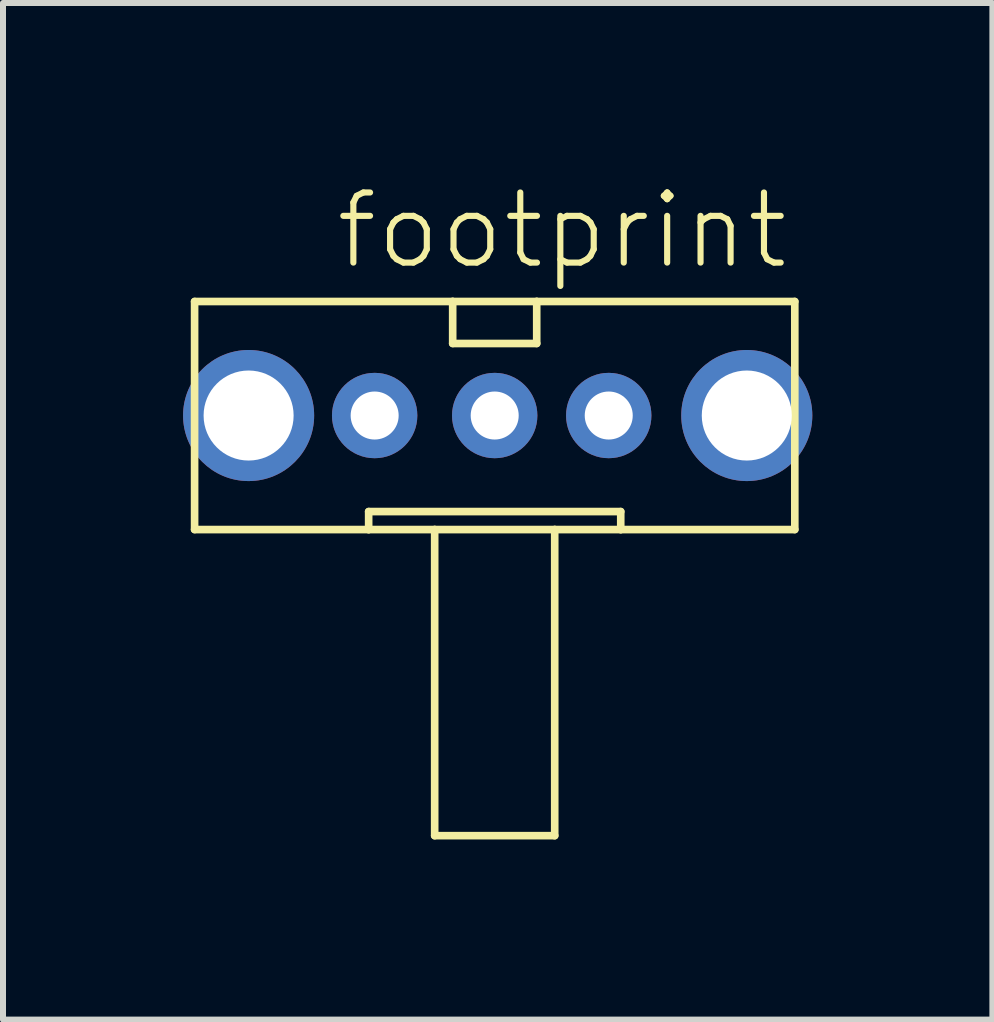
<source format=kicad_pcb>
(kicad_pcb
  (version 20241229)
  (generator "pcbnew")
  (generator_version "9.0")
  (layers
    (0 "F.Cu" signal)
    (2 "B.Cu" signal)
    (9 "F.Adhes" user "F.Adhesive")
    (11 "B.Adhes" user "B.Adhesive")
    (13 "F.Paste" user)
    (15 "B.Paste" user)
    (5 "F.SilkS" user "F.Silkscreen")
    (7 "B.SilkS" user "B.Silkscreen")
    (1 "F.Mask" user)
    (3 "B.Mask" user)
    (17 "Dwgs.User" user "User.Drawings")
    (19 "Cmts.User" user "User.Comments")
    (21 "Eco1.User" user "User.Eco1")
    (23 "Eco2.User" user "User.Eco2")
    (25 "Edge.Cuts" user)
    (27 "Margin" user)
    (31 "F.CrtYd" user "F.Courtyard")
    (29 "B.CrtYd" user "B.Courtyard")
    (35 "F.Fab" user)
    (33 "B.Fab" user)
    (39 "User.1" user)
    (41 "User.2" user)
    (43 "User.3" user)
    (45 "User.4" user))
  (footprint "footprint"
    (layer "F.Cu")
    (at 5.192 3.873)
    (property "Reference" "footprint" (at -2.7 -2.4 0) (layer "F.SilkS") (effects (font (size 1.168 1.168) (thickness 0.102)) (justify left bottom)))
    (fp_line (start -5 -1.9) (end -0.7 -1.9) (stroke (width 0.127) (type solid)) (layer "F.SilkS"))
    (fp_line (start -5 1.9) (end -5 -1.9) (stroke (width 0.127) (type solid)) (layer "F.SilkS"))
    (fp_line (start -2.1 1.6) (end 2.1 1.6) (stroke (width 0.127) (type solid)) (layer "F.SilkS"))
    (fp_line (start -2.1 1.9) (end -5 1.9) (stroke (width 0.127) (type solid)) (layer "F.SilkS"))
    (fp_line (start -2.1 1.9) (end -2.1 1.6) (stroke (width 0.127) (type solid)) (layer "F.SilkS"))
    (fp_line (start -1 1.9) (end -2.1 1.9) (stroke (width 0.127) (type solid)) (layer "F.SilkS"))
    (fp_line (start -1 1.9) (end -1 7) (stroke (width 0.127) (type solid)) (layer "F.SilkS"))
    (fp_line (start -1 7) (end 1 7) (stroke (width 0.127) (type solid)) (layer "F.SilkS"))
    (fp_line (start -0.7 -1.9) (end -0.7 -1.2) (stroke (width 0.127) (type solid)) (layer "F.SilkS"))
    (fp_line (start -0.7 -1.9) (end 0.7 -1.9) (stroke (width 0.127) (type solid)) (layer "F.SilkS"))
    (fp_line (start -0.7 -1.2) (end 0.7 -1.2) (stroke (width 0.127) (type solid)) (layer "F.SilkS"))
    (fp_line (start 0.7 -1.9) (end 5 -1.9) (stroke (width 0.127) (type solid)) (layer "F.SilkS"))
    (fp_line (start 0.7 -1.2) (end 0.7 -1.9) (stroke (width 0.127) (type solid)) (layer "F.SilkS"))
    (fp_line (start 1 1.9) (end -1 1.9) (stroke (width 0.127) (type solid)) (layer "F.SilkS"))
    (fp_line (start 1 7) (end 1 1.9) (stroke (width 0.127) (type solid)) (layer "F.SilkS"))
    (fp_line (start 2.1 1.6) (end 2.1 1.9) (stroke (width 0.127) (type solid)) (layer "F.SilkS"))
    (fp_line (start 2.1 1.9) (end 1 1.9) (stroke (width 0.127) (type solid)) (layer "F.SilkS"))
    (fp_line (start 5 -1.9) (end 5 1.9) (stroke (width 0.127) (type solid)) (layer "F.SilkS"))
    (fp_line (start 5 1.9) (end 2.1 1.9) (stroke (width 0.127) (type solid)) (layer "F.SilkS"))
    (pad "1" thru_hole circle (at -2 0) (size 1.422 1.422) (drill 0.8) (layers "*.Cu" "*.Mask"))
    (pad "2" thru_hole circle (at 0 0) (size 1.422 1.422) (drill 0.8) (layers "*.Cu" "*.Mask"))
    (pad "3" thru_hole circle (at 1.9 0) (size 1.422 1.422) (drill 0.8) (layers "*.Cu" "*.Mask"))
    (pad "MT1" thru_hole circle (at -4.1 0) (size 2.184 2.184) (drill 1.5) (layers "*.Cu" "*.Mask"))
    (pad "MT2" thru_hole circle (at 4.2 0) (size 2.184 2.184) (drill 1.5) (layers "*.Cu" "*.Mask")))
  (gr_rect
    (start -3 -3)
    (end 13.484 13.937)
    (stroke (width 0.1) (type default))
    (fill no)
    (layer "Edge.Cuts")))
</source>
